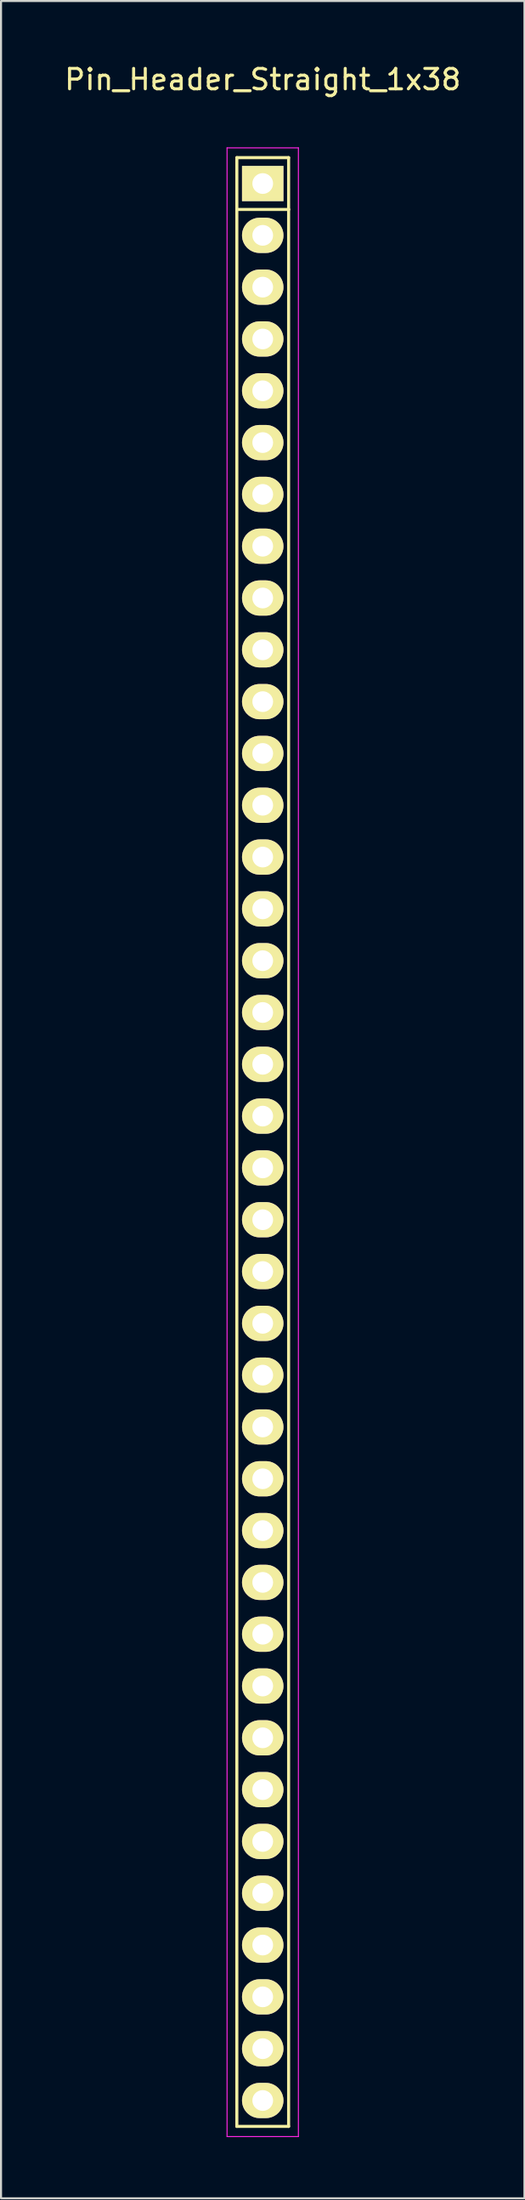
<source format=kicad_pcb>
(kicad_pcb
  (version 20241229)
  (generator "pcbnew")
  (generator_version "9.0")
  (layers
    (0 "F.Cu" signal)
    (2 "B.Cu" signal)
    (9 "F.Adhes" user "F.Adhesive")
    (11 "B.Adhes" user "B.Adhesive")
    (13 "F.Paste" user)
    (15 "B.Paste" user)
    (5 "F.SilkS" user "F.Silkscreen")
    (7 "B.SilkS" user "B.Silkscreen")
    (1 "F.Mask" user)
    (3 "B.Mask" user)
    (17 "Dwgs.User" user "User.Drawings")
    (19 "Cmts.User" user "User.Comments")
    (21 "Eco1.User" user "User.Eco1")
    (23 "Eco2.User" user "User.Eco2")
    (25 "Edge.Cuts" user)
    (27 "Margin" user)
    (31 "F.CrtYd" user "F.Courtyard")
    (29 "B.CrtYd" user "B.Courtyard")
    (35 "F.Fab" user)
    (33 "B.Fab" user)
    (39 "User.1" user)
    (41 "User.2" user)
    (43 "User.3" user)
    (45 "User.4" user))
  (footprint "Pin_Header_Straight_1x38"
    (layer "F.Cu")
    (at 9.839 5.948)
    (property "Reference" "Pin_Header_Straight_1x38" (at 0 -5.1 0) (layer "F.SilkS") (effects (font (size 1 1) (thickness 0.15))))
    (attr through_hole)
    (fp_line (start -1.27 -1.27) (end -1.27 1.27) (stroke (width 0.15) (type solid)) (layer "F.SilkS"))
    (fp_line (start -1.27 1.27) (end -1.27 95.25) (stroke (width 0.15) (type solid)) (layer "F.SilkS"))
    (fp_line (start -1.27 95.25) (end 1.27 95.25) (stroke (width 0.15) (type solid)) (layer "F.SilkS"))
    (fp_line (start 1.27 -1.27) (end -1.27 -1.27) (stroke (width 0.15) (type solid)) (layer "F.SilkS"))
    (fp_line (start 1.27 -1.27) (end 1.27 1.27) (stroke (width 0.15) (type solid)) (layer "F.SilkS"))
    (fp_line (start 1.27 1.27) (end -1.27 1.27) (stroke (width 0.15) (type solid)) (layer "F.SilkS"))
    (fp_line (start 1.27 95.25) (end 1.27 1.27) (stroke (width 0.15) (type solid)) (layer "F.SilkS"))
    (fp_line (start -1.75 -1.75) (end -1.75 95.75) (stroke (width 0.05) (type solid)) (layer "F.CrtYd"))
    (fp_line (start -1.75 -1.75) (end 1.75 -1.75) (stroke (width 0.05) (type solid)) (layer "F.CrtYd"))
    (fp_line (start -1.75 95.75) (end 1.75 95.75) (stroke (width 0.05) (type solid)) (layer "F.CrtYd"))
    (fp_line (start 1.75 -1.75) (end 1.75 95.75) (stroke (width 0.05) (type solid)) (layer "F.CrtYd"))
    (pad "1" thru_hole rect (at 0 0) (size 2.032 1.727) (drill 1.016) (layers "*.Cu" "*.Mask" "F.SilkS"))
    (pad "2" thru_hole oval (at 0 2.54) (size 2.032 1.727) (drill 1.016) (layers "*.Cu" "*.Mask" "F.SilkS"))
    (pad "3" thru_hole oval (at 0 5.08) (size 2.032 1.727) (drill 1.016) (layers "*.Cu" "*.Mask" "F.SilkS"))
    (pad "4" thru_hole oval (at 0 7.62) (size 2.032 1.727) (drill 1.016) (layers "*.Cu" "*.Mask" "F.SilkS"))
    (pad "5" thru_hole oval (at 0 10.16) (size 2.032 1.727) (drill 1.016) (layers "*.Cu" "*.Mask" "F.SilkS"))
    (pad "6" thru_hole oval (at 0 12.7) (size 2.032 1.727) (drill 1.016) (layers "*.Cu" "*.Mask" "F.SilkS"))
    (pad "7" thru_hole oval (at 0 15.24) (size 2.032 1.727) (drill 1.016) (layers "*.Cu" "*.Mask" "F.SilkS"))
    (pad "8" thru_hole oval (at 0 17.78) (size 2.032 1.727) (drill 1.016) (layers "*.Cu" "*.Mask" "F.SilkS"))
    (pad "9" thru_hole oval (at 0 20.32) (size 2.032 1.727) (drill 1.016) (layers "*.Cu" "*.Mask" "F.SilkS"))
    (pad "10" thru_hole oval (at 0 22.86) (size 2.032 1.727) (drill 1.016) (layers "*.Cu" "*.Mask" "F.SilkS"))
    (pad "11" thru_hole oval (at 0 25.4) (size 2.032 1.727) (drill 1.016) (layers "*.Cu" "*.Mask" "F.SilkS"))
    (pad "12" thru_hole oval (at 0 27.94) (size 2.032 1.727) (drill 1.016) (layers "*.Cu" "*.Mask" "F.SilkS"))
    (pad "13" thru_hole oval (at 0 30.48) (size 2.032 1.727) (drill 1.016) (layers "*.Cu" "*.Mask" "F.SilkS"))
    (pad "14" thru_hole oval (at 0 33.02) (size 2.032 1.727) (drill 1.016) (layers "*.Cu" "*.Mask" "F.SilkS"))
    (pad "15" thru_hole oval (at 0 35.56) (size 2.032 1.727) (drill 1.016) (layers "*.Cu" "*.Mask" "F.SilkS"))
    (pad "16" thru_hole oval (at 0 38.1) (size 2.032 1.727) (drill 1.016) (layers "*.Cu" "*.Mask" "F.SilkS"))
    (pad "17" thru_hole oval (at 0 40.64) (size 2.032 1.727) (drill 1.016) (layers "*.Cu" "*.Mask" "F.SilkS"))
    (pad "18" thru_hole oval (at 0 43.18) (size 2.032 1.727) (drill 1.016) (layers "*.Cu" "*.Mask" "F.SilkS"))
    (pad "19" thru_hole oval (at 0 45.72) (size 2.032 1.727) (drill 1.016) (layers "*.Cu" "*.Mask" "F.SilkS"))
    (pad "20" thru_hole oval (at 0 48.26) (size 2.032 1.727) (drill 1.016) (layers "*.Cu" "*.Mask" "F.SilkS"))
    (pad "21" thru_hole oval (at 0 50.8) (size 2.032 1.727) (drill 1.016) (layers "*.Cu" "*.Mask" "F.SilkS"))
    (pad "22" thru_hole oval (at 0 53.34) (size 2.032 1.727) (drill 1.016) (layers "*.Cu" "*.Mask" "F.SilkS"))
    (pad "23" thru_hole oval (at 0 55.88) (size 2.032 1.727) (drill 1.016) (layers "*.Cu" "*.Mask" "F.SilkS"))
    (pad "24" thru_hole oval (at 0 58.42) (size 2.032 1.727) (drill 1.016) (layers "*.Cu" "*.Mask" "F.SilkS"))
    (pad "25" thru_hole oval (at 0 60.96) (size 2.032 1.727) (drill 1.016) (layers "*.Cu" "*.Mask" "F.SilkS"))
    (pad "26" thru_hole oval (at 0 63.5) (size 2.032 1.727) (drill 1.016) (layers "*.Cu" "*.Mask" "F.SilkS"))
    (pad "27" thru_hole oval (at 0 66.04) (size 2.032 1.727) (drill 1.016) (layers "*.Cu" "*.Mask" "F.SilkS"))
    (pad "28" thru_hole oval (at 0 68.58) (size 2.032 1.727) (drill 1.016) (layers "*.Cu" "*.Mask" "F.SilkS"))
    (pad "29" thru_hole oval (at 0 71.12) (size 2.032 1.727) (drill 1.016) (layers "*.Cu" "*.Mask" "F.SilkS"))
    (pad "30" thru_hole oval (at 0 73.66) (size 2.032 1.727) (drill 1.016) (layers "*.Cu" "*.Mask" "F.SilkS"))
    (pad "31" thru_hole oval (at 0 76.2) (size 2.032 1.727) (drill 1.016) (layers "*.Cu" "*.Mask" "F.SilkS"))
    (pad "32" thru_hole oval (at 0 78.74) (size 2.032 1.727) (drill 1.016) (layers "*.Cu" "*.Mask" "F.SilkS"))
    (pad "33" thru_hole oval (at 0 81.28) (size 2.032 1.727) (drill 1.016) (layers "*.Cu" "*.Mask" "F.SilkS"))
    (pad "34" thru_hole oval (at 0 83.82) (size 2.032 1.727) (drill 1.016) (layers "*.Cu" "*.Mask" "F.SilkS"))
    (pad "35" thru_hole oval (at 0 86.36) (size 2.032 1.727) (drill 1.016) (layers "*.Cu" "*.Mask" "F.SilkS"))
    (pad "36" thru_hole oval (at 0 88.9) (size 2.032 1.727) (drill 1.016) (layers "*.Cu" "*.Mask" "F.SilkS"))
    (pad "37" thru_hole oval (at 0 91.44) (size 2.032 1.727) (drill 1.016) (layers "*.Cu" "*.Mask" "F.SilkS"))
    (pad "38" thru_hole oval (at 0 93.98) (size 2.032 1.727) (drill 1.016) (layers "*.Cu" "*.Mask" "F.SilkS")))
  (gr_rect
    (start -3 -3)
    (end 22.679 104.723)
    (stroke (width 0.1) (type default))
    (fill no)
    (layer "Edge.Cuts")))
</source>
